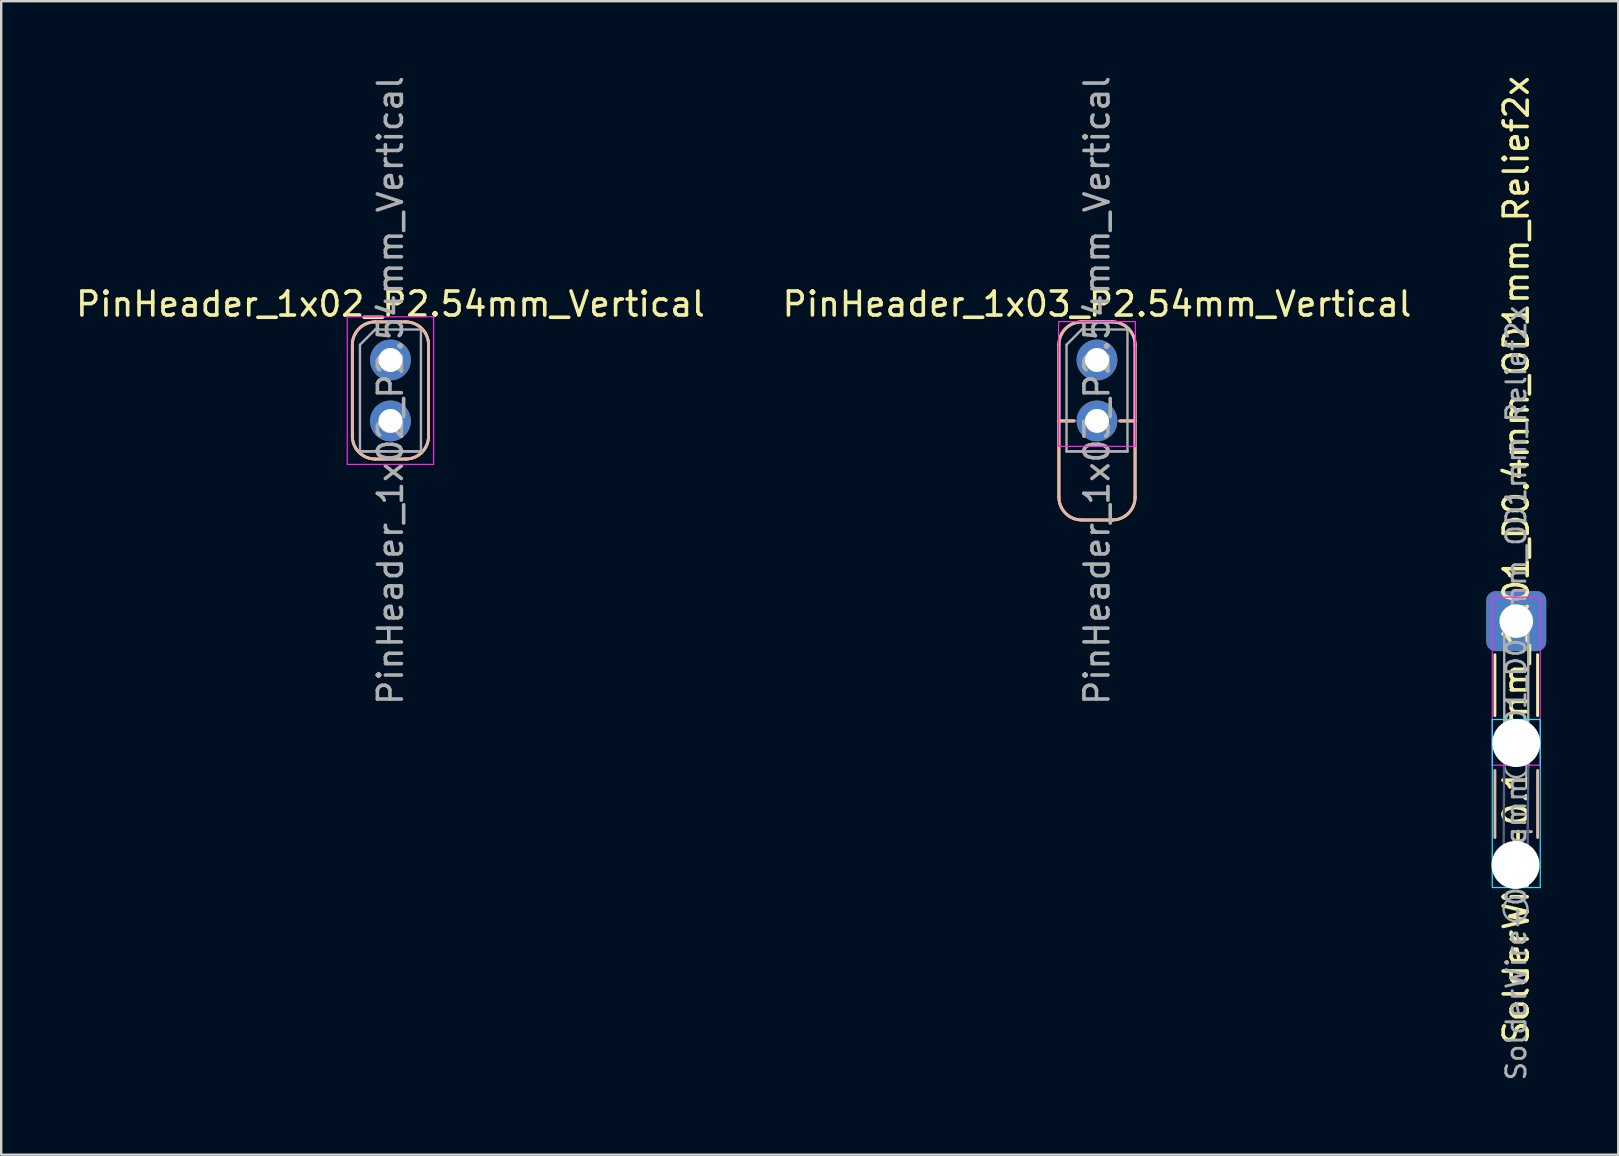
<source format=kicad_pcb>
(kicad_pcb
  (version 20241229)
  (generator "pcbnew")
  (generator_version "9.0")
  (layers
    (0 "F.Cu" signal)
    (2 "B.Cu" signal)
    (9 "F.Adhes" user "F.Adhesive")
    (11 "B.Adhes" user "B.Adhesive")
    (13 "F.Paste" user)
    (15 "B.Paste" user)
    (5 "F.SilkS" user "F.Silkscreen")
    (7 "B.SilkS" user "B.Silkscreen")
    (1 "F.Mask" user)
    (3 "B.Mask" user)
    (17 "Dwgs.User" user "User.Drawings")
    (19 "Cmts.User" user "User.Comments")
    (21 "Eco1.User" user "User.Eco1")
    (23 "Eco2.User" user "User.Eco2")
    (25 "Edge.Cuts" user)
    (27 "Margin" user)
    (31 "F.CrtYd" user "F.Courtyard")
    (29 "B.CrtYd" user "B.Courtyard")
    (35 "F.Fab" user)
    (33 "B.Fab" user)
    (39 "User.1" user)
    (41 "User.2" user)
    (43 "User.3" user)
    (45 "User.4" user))
  (footprint "PinHeader_1x02_P2.54mm_Vertical"
    (layer "F.Cu")
    (at 13.22 11.95)
    (property "Reference" "PinHeader_1x02_P2.54mm_Vertical" (at 0 -2.33 180) (layer "F.SilkS") (effects (font (size 1 1) (thickness 0.15))))
    (attr through_hole)
    (fp_line (start -1.587 -0.635) (end -1.587 3.175) (stroke (width 0.12) (type default)) (layer "F.SilkS"))
    (fp_line (start -0.635 4.128) (end 0.635 4.128) (stroke (width 0.12) (type default)) (layer "F.SilkS"))
    (fp_line (start 0.635 -1.587) (end -0.635 -1.587) (stroke (width 0.12) (type default)) (layer "F.SilkS"))
    (fp_line (start 1.587 3.175) (end 1.587 -0.635) (stroke (width 0.12) (type default)) (layer "F.SilkS"))
    (fp_arc (start -1.5875 -0.635) (mid -1.308519 -1.308519) (end -0.635 -1.5875) (stroke (width 0.12) (type default)) (layer "F.SilkS"))
    (fp_arc (start -0.635 4.1275) (mid -1.308519 3.848519) (end -1.5875 3.175) (stroke (width 0.12) (type default)) (layer "F.SilkS"))
    (fp_arc (start 0.635 -1.5875) (mid 1.308519 -1.308519) (end 1.5875 -0.635) (stroke (width 0.12) (type default)) (layer "F.SilkS"))
    (fp_arc (start 1.5875 3.175) (mid 1.308519 3.848519) (end 0.635 4.1275) (stroke (width 0.12) (type default)) (layer "F.SilkS"))
    (fp_line (start -1.587 3.175) (end -1.587 -0.635) (stroke (width 0.12) (type default)) (layer "B.SilkS"))
    (fp_line (start -0.635 -1.587) (end 0.635 -1.587) (stroke (width 0.12) (type default)) (layer "B.SilkS"))
    (fp_line (start 0.635 4.128) (end -0.635 4.128) (stroke (width 0.12) (type default)) (layer "B.SilkS"))
    (fp_line (start 1.587 -0.635) (end 1.587 3.175) (stroke (width 0.12) (type default)) (layer "B.SilkS"))
    (fp_arc (start -1.5875 -0.635) (mid -1.308519 -1.308519) (end -0.635 -1.5875) (stroke (width 0.12) (type default)) (layer "B.SilkS"))
    (fp_arc (start -0.635 4.1275) (mid -1.308519 3.848519) (end -1.5875 3.175) (stroke (width 0.12) (type default)) (layer "B.SilkS"))
    (fp_arc (start 0.635 -1.5875) (mid 1.308519 -1.308519) (end 1.5875 -0.635) (stroke (width 0.12) (type default)) (layer "B.SilkS"))
    (fp_arc (start 1.5875 3.175) (mid 1.308519 3.848519) (end 0.635 4.1275) (stroke (width 0.12) (type default)) (layer "B.SilkS"))
    (fp_line (start -1.8 -1.8) (end -1.8 4.35) (stroke (width 0.05) (type solid)) (layer "F.CrtYd"))
    (fp_line (start -1.8 4.35) (end 1.8 4.35) (stroke (width 0.05) (type solid)) (layer "F.CrtYd"))
    (fp_line (start 1.8 -1.8) (end -1.8 -1.8) (stroke (width 0.05) (type solid)) (layer "F.CrtYd"))
    (fp_line (start 1.8 4.35) (end 1.8 -1.8) (stroke (width 0.05) (type solid)) (layer "F.CrtYd"))
    (fp_line (start -1.27 -0.635) (end -0.635 -1.27) (stroke (width 0.1) (type solid)) (layer "F.Fab"))
    (fp_line (start -1.27 3.81) (end -1.27 -0.635) (stroke (width 0.1) (type solid)) (layer "F.Fab"))
    (fp_line (start -0.635 -1.27) (end 1.27 -1.27) (stroke (width 0.1) (type solid)) (layer "F.Fab"))
    (fp_line (start 1.27 -1.27) (end 1.27 3.81) (stroke (width 0.1) (type solid)) (layer "F.Fab"))
    (fp_line (start 1.27 3.81) (end -1.27 3.81) (stroke (width 0.1) (type solid)) (layer "F.Fab"))
    (fp_line (start 1.27 3.81) (end -1.27 3.81) (stroke (width 0.1) (type solid)) (layer "F.Fab"))
    (fp_text user "${REFERENCE}" (at 0 1.27 90) (layer "F.Fab") (effects (font (size 1 1) (thickness 0.15))))
    (pad "1" thru_hole oval (at 0 0) (size 1.7 1.7) (drill 1) (layers "*.Cu" "*.Mask"))
    (pad "2" thru_hole oval (at 0 2.54) (size 1.7 1.7) (drill 1) (layers "*.Cu" "*.Mask")))
  (footprint "PinHeader_1x03_P2.54mm_Vertical"
    (layer "F.Cu")
    (at 42.661 11.95)
    (property "Reference" "PinHeader_1x03_P2.54mm_Vertical" (at 0 -2.33 180) (layer "F.SilkS") (effects (font (size 1 1) (thickness 0.15))))
    (attr through_hole)
    (fp_line (start -1.587 -0.635) (end -1.587 5.715) (stroke (width 0.12) (type default)) (layer "F.SilkS"))
    (fp_line (start -1.587 2.54) (end -0.953 2.54) (stroke (width 0.12) (type default)) (layer "F.SilkS"))
    (fp_line (start -0.635 6.668) (end 0.635 6.668) (stroke (width 0.12) (type default)) (layer "F.SilkS"))
    (fp_line (start 0.635 -1.587) (end -0.635 -1.587) (stroke (width 0.12) (type default)) (layer "F.SilkS"))
    (fp_line (start 0.953 2.54) (end 1.587 2.54) (stroke (width 0.12) (type default)) (layer "F.SilkS"))
    (fp_line (start 1.587 5.715) (end 1.587 -0.635) (stroke (width 0.12) (type default)) (layer "F.SilkS"))
    (fp_arc (start -1.5875 -0.635) (mid -1.308519 -1.308519) (end -0.635 -1.5875) (stroke (width 0.12) (type default)) (layer "F.SilkS"))
    (fp_arc (start -0.635 6.6675) (mid -1.308519 6.388519) (end -1.5875 5.715) (stroke (width 0.12) (type default)) (layer "F.SilkS"))
    (fp_arc (start 0.635 -1.5875) (mid 1.308519 -1.308519) (end 1.5875 -0.635) (stroke (width 0.12) (type default)) (layer "F.SilkS"))
    (fp_arc (start 1.5875 5.715) (mid 1.308519 6.388519) (end 0.635 6.6675) (stroke (width 0.12) (type default)) (layer "F.SilkS"))
    (fp_line (start -1.587 2.54) (end -0.953 2.54) (stroke (width 0.12) (type default)) (layer "B.SilkS"))
    (fp_line (start -1.587 5.715) (end -1.587 -0.635) (stroke (width 0.12) (type default)) (layer "B.SilkS"))
    (fp_line (start -0.635 -1.587) (end 0.635 -1.587) (stroke (width 0.12) (type default)) (layer "B.SilkS"))
    (fp_line (start 0.635 6.668) (end -0.635 6.668) (stroke (width 0.12) (type default)) (layer "B.SilkS"))
    (fp_line (start 0.953 2.54) (end 1.587 2.54) (stroke (width 0.12) (type default)) (layer "B.SilkS"))
    (fp_line (start 1.587 -0.635) (end 1.587 5.715) (stroke (width 0.12) (type default)) (layer "B.SilkS"))
    (fp_arc (start -1.5875 -0.635) (mid -1.308519 -1.308519) (end -0.635 -1.5875) (stroke (width 0.12) (type default)) (layer "B.SilkS"))
    (fp_arc (start -0.635 6.6675) (mid -1.308519 6.388519) (end -1.5875 5.715) (stroke (width 0.12) (type default)) (layer "B.SilkS"))
    (fp_arc (start 0.635 -1.5875) (mid 1.308519 -1.308519) (end 1.5875 -0.635) (stroke (width 0.12) (type default)) (layer "B.SilkS"))
    (fp_arc (start 1.5875 5.715) (mid 1.308519 6.388519) (end 0.635 6.6675) (stroke (width 0.12) (type default)) (layer "B.SilkS"))
    (fp_rect (start -1.6 -1.6) (end 1.6 3.6) (stroke (width 0.05) (type default)) (fill no) (layer "F.CrtYd"))
    (fp_line (start -1.27 -0.635) (end -0.635 -1.27) (stroke (width 0.1) (type solid)) (layer "F.Fab"))
    (fp_line (start -1.27 3.81) (end -1.27 -0.635) (stroke (width 0.1) (type solid)) (layer "F.Fab"))
    (fp_line (start -0.635 -1.27) (end 1.27 -1.27) (stroke (width 0.1) (type solid)) (layer "F.Fab"))
    (fp_line (start 1.27 -1.27) (end 1.27 3.81) (stroke (width 0.1) (type solid)) (layer "F.Fab"))
    (fp_line (start 1.27 3.81) (end -1.27 3.81) (stroke (width 0.1) (type solid)) (layer "F.Fab"))
    (fp_line (start 1.27 3.81) (end -1.27 3.81) (stroke (width 0.1) (type solid)) (layer "F.Fab"))
    (fp_text user "${REFERENCE}" (at 0 1.27 90) (layer "F.Fab") (effects (font (size 1 1) (thickness 0.15))))
    (pad "1" thru_hole oval (at 0 0) (size 1.7 1.7) (drill 1) (layers "*.Cu" "*.Mask"))
    (pad "2" thru_hole oval (at 0 2.54) (size 1.7 1.7) (drill 1) (layers "*.Cu" "*.Mask")))
  (footprint "SolderWire-0.1sqmm_1x01_D0.4mm_OD1mm_Relief2x"
    (layer "F.Cu")
    (at 60.131 22.832)
    (property "Reference" "SolderWire-0.1sqmm_1x01_D0.4mm_OD1mm_Relief2x" (at 0 -2.54 270) (layer "F.SilkS") (effects (font (size 1 1) (thickness 0.15))))
    (attr exclude_from_pos_files exclude_from_bom)
    (fp_line (start -0.889 1.4) (end -0.889 3.937) (stroke (width 0.12) (type solid)) (layer "F.SilkS"))
    (fp_line (start 0.889 1.397) (end 0.889 3.937) (stroke (width 0.12) (type solid)) (layer "F.SilkS"))
    (fp_line (start -0.889 6.223) (end -0.889 9.017) (stroke (width 0.12) (type solid)) (layer "B.SilkS"))
    (fp_line (start 0.889 6.223) (end 0.889 9.017) (stroke (width 0.12) (type solid)) (layer "B.SilkS"))
    (fp_rect (start -1 4.1) (end 1 11.1) (stroke (width 0.05) (type default)) (fill no) (layer "B.CrtYd"))
    (fp_rect (start -1 -1) (end 1 6) (stroke (width 0.05) (type default)) (fill no) (layer "F.CrtYd"))
    (fp_line (start -0.5 5.1) (end -0.53 10.2) (stroke (width 0.1) (type solid)) (layer "B.Fab"))
    (fp_line (start 0.5 5.1) (end 0.47 10.2) (stroke (width 0.1) (type solid)) (layer "B.Fab"))
    (fp_circle (center -0.03 10.2) (end 0.47 10.2) (stroke (width 0.1) (type solid)) (fill no) (layer "B.Fab"))
    (fp_circle (center 0 5.1) (end 0.5 5.1) (stroke (width 0.1) (type solid)) (fill no) (layer "B.Fab"))
    (fp_line (start -0.5 0) (end -0.5 6) (stroke (width 0.1) (type solid)) (layer "F.Fab"))
    (fp_line (start 0.5 0) (end 0.5 6) (stroke (width 0.1) (type solid)) (layer "F.Fab"))
    (fp_circle (center -0.03 12) (end 0.47 12) (stroke (width 0.1) (type solid)) (fill no) (layer "F.Fab"))
    (fp_circle (center 0 0) (end 0.5 0) (stroke (width 0.1) (type solid)) (fill no) (layer "F.Fab"))
    (fp_circle (center 0 6) (end 0.5 6) (stroke (width 0.1) (type solid)) (fill no) (layer "F.Fab"))
    (fp_text user "${REFERENCE}" (at 0 3 90) (layer "F.Fab") (effects (font (size 0.8 0.8) (thickness 0.12))))
    (pad "" np_thru_hole circle (at -0.03 10.16) (size 2 2) (drill 2) (layers "*.Cu" "*.Mask"))
    (pad "" np_thru_hole circle (at 0 5.08) (size 2 2) (drill 2) (layers "*.Cu" "*.Mask"))
    (pad "1" thru_hole roundrect (at 0 0) (size 2.5 2.5) (drill 1.4) (layers "*.Cu" "*.Mask") (roundrect_rratio 0.156)))
  (gr_rect
    (start -3 -3)
    (end 64.381 45.065)
    (stroke (width 0.1) (type default))
    (fill no)
    (layer "Edge.Cuts")))
</source>
